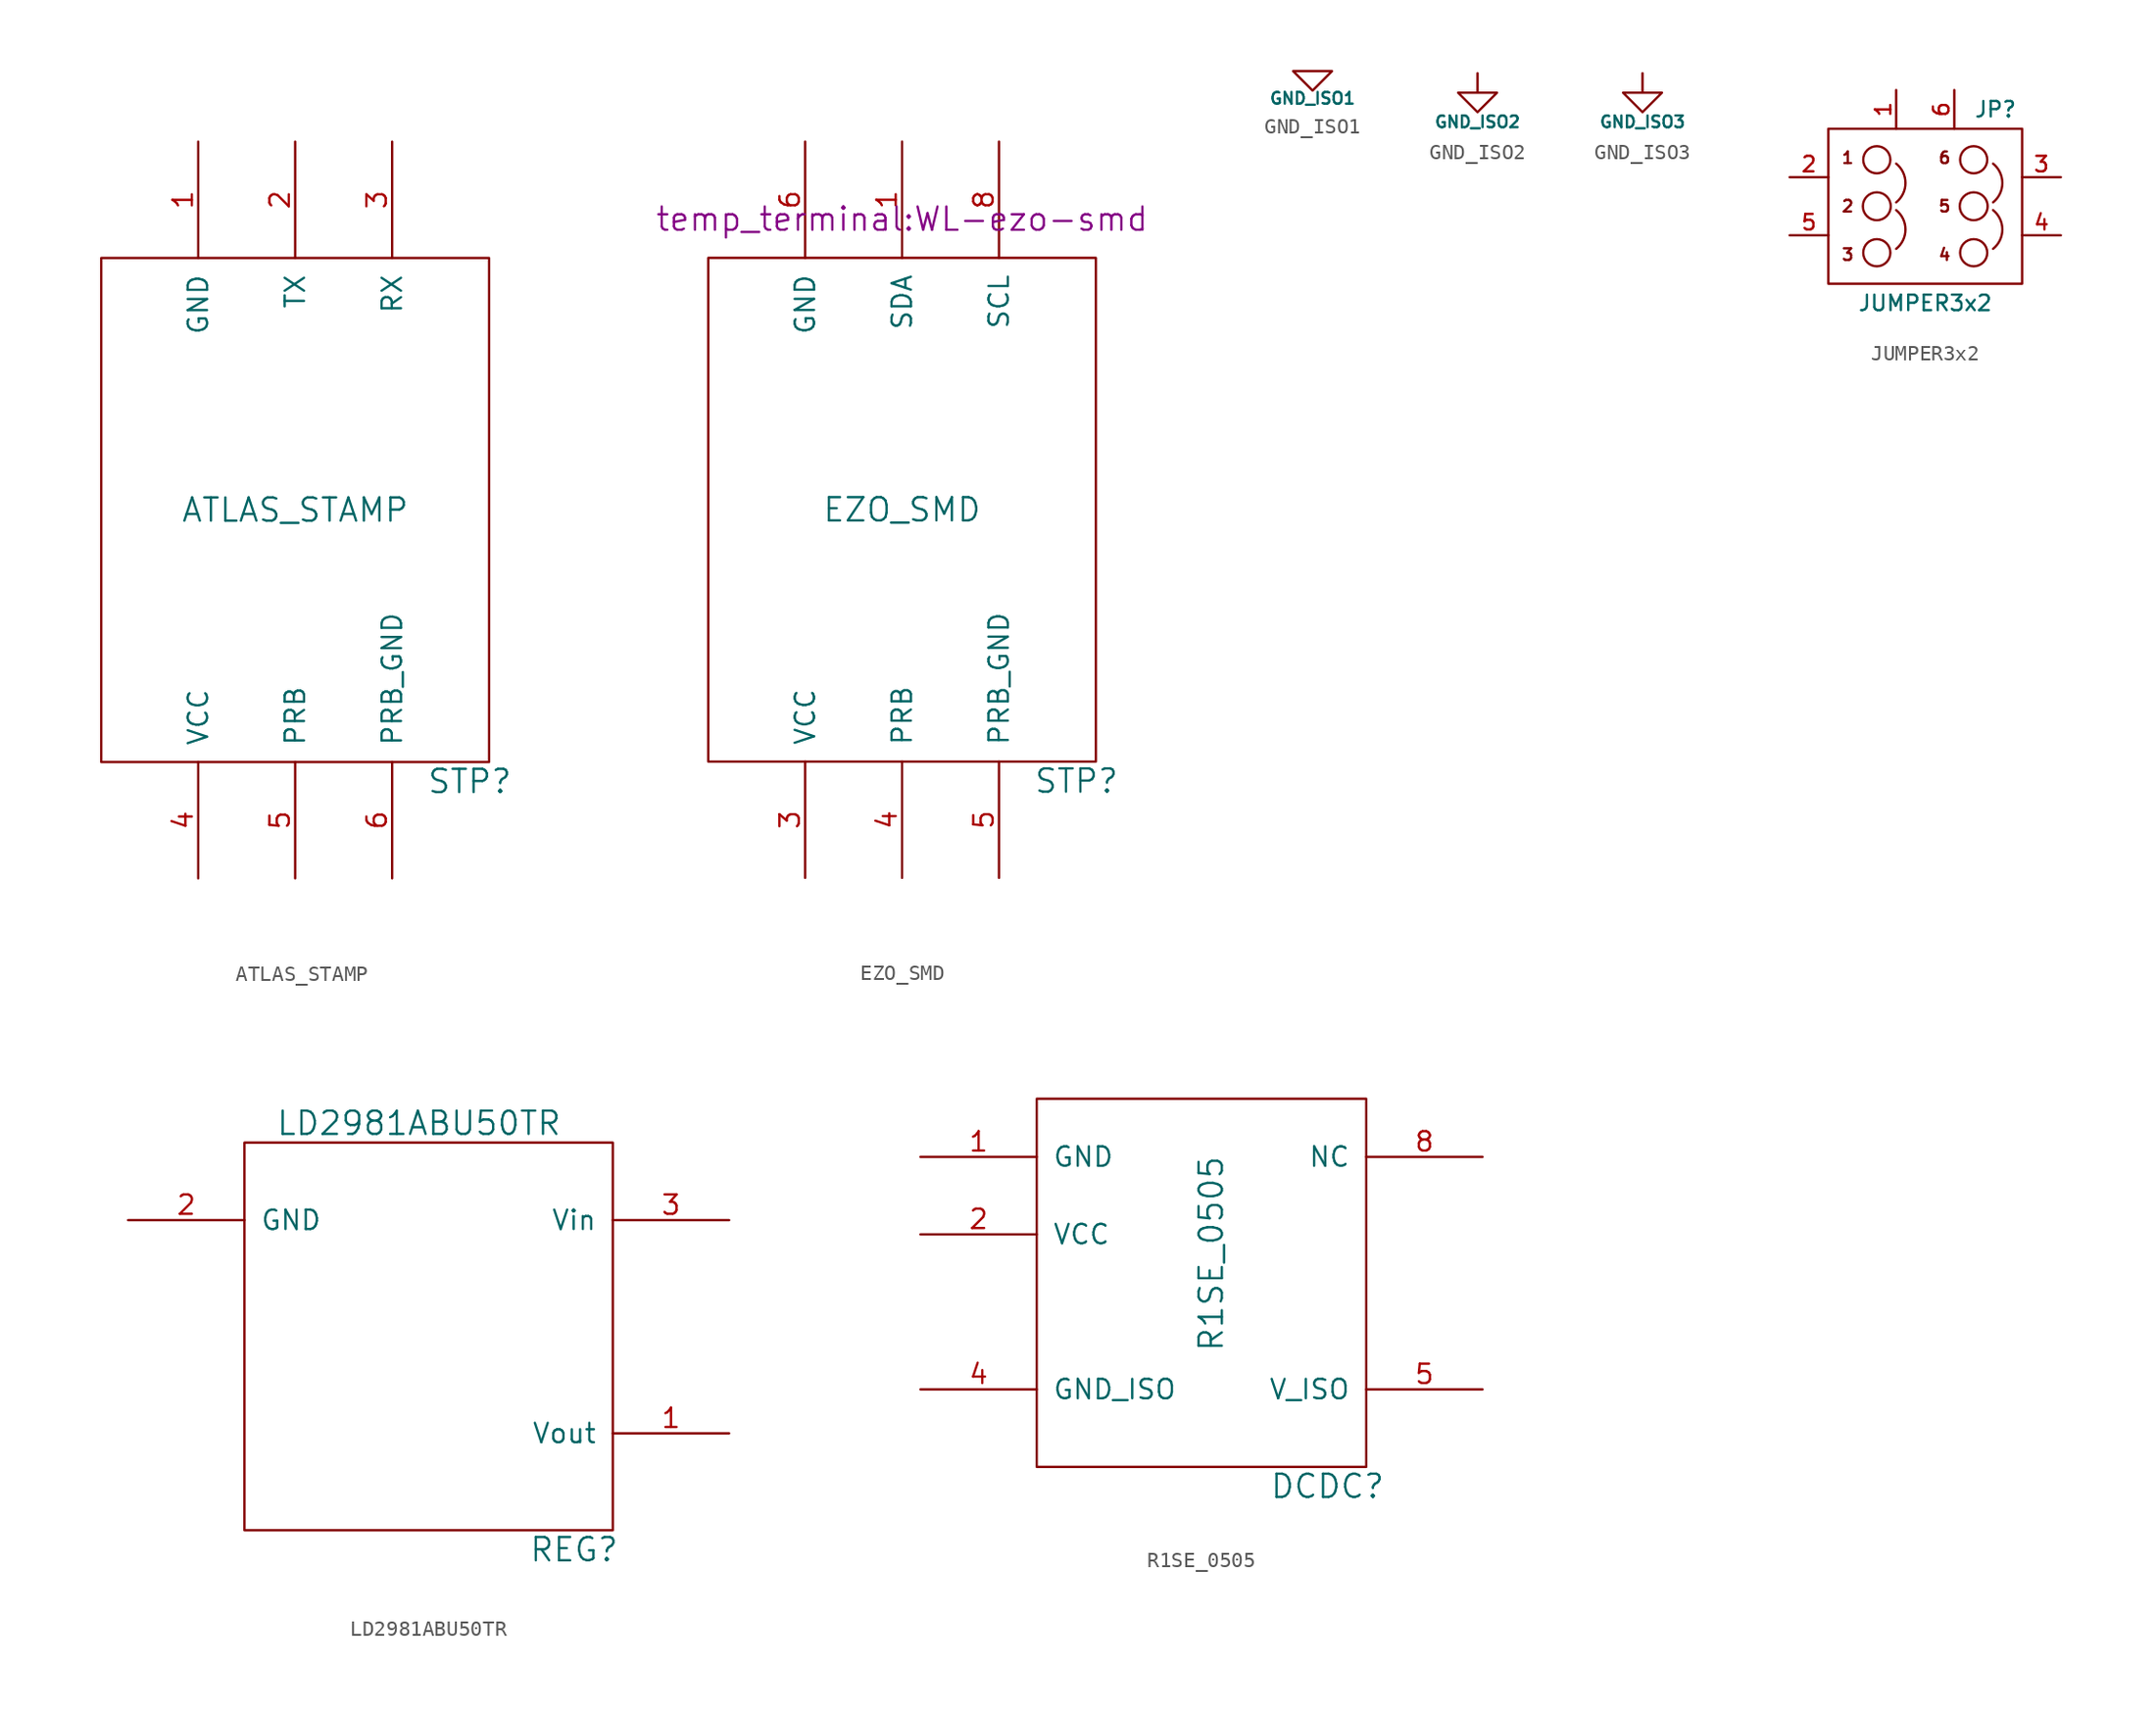
<source format=kicad_sym>
(kicad_symbol_lib
  (version 20211014)
  (generator kicad_symbol_editor)
  (symbol "ATLAS_STAMP"
    (pin_names
      (offset 1.016))
    (property "Reference" "STP"
      (at 11.43 -11.43 0)
      (effects (font (size 1.524 1.524))))
    (property "Value" "ATLAS_STAMP"
      (at 0 6.35 0)
      (effects (font (size 1.524 1.524))))
    (property "Footprint" ""
      (at 0 25.4 0)
      (effects (font (size 1.524 1.524))))
    (property "Datasheet" ""
      (at 0 25.4 0)
      (effects (font (size 1.524 1.524))))
    (symbol "ATLAS_STAMP_0_1"
      (rectangle (start -12.7 22.86) (end 12.7 -10.16) (stroke (width 0) (type default) (color 0 0 0 0)) (fill (type none))))
    (symbol "ATLAS_STAMP_1_1"
      (pin input line (at -6.35 30.48 270) (length 7.62) (name "GND" (effects (font (size 1.27 1.27)))) (number "1" (effects (font (size 1.27 1.27)))))
      (pin input line (at 0 30.48 270) (length 7.62) (name "TX" (effects (font (size 1.27 1.27)))) (number "2" (effects (font (size 1.27 1.27)))))
      (pin input line (at 6.35 30.48 270) (length 7.62) (name "RX" (effects (font (size 1.27 1.27)))) (number "3" (effects (font (size 1.27 1.27)))))
      (pin input line (at -6.35 -17.78 90) (length 7.62) (name "VCC" (effects (font (size 1.27 1.27)))) (number "4" (effects (font (size 1.27 1.27)))))
      (pin input line (at 0 -17.78 90) (length 7.62) (name "PRB" (effects (font (size 1.27 1.27)))) (number "5" (effects (font (size 1.27 1.27)))))
      (pin input line (at 6.35 -17.78 90) (length 7.62) (name "PRB_GND" (effects (font (size 1.27 1.27)))) (number "6" (effects (font (size 1.27 1.27)))))))
  (symbol "EZO_SMD"
    (pin_names
      (offset 1.016))
    (property "Reference" "STP"
      (at 11.43 -11.43 0)
      (effects (font (size 1.524 1.524))))
    (property "Value" "EZO_SMD"
      (at 0 6.35 0)
      (effects (font (size 1.524 1.524))))
    (property "Footprint" "temp_terminal:WL-ezo-smd"
      (at 0 25.4 0)
      (effects (font (size 1.524 1.524))))
    (property "Datasheet" ""
      (at 0 25.4 0)
      (effects (font (size 1.524 1.524))))
    (symbol "EZO_SMD_0_1"
      (rectangle (start -12.7 22.86) (end 12.7 -10.16) (stroke (width 0) (type default) (color 0 0 0 0)) (fill (type none))))
    (symbol "EZO_SMD_1_1"
      (pin input line (at 0 30.48 270) (length 7.62) (name "SDA" (effects (font (size 1.27 1.27)))) (number "1" (effects (font (size 1.27 1.27)))))
      (pin input line (at -6.35 -17.78 90) (length 7.62) (name "VCC" (effects (font (size 1.27 1.27)))) (number "3" (effects (font (size 1.27 1.27)))))
      (pin input line (at 0 -17.78 90) (length 7.62) (name "PRB" (effects (font (size 1.27 1.27)))) (number "4" (effects (font (size 1.27 1.27)))))
      (pin input line (at 6.35 -17.78 90) (length 7.62) (name "PRB_GND" (effects (font (size 1.27 1.27)))) (number "5" (effects (font (size 1.27 1.27)))))
      (pin input line (at -6.35 30.48 270) (length 7.62) (name "GND" (effects (font (size 1.27 1.27)))) (number "6" (effects (font (size 1.27 1.27)))))
      (pin input line (at 6.35 30.48 270) (length 7.62) (name "SCL" (effects (font (size 1.27 1.27)))) (number "8" (effects (font (size 1.27 1.27)))))))
  (symbol "GND_ISO1"
    (power)
    (pin_names
      (offset 0))
    (property "Reference" "#PWR_ISO1"
      (at 0 0 0)
      (effects (font (size 0.762 0.762)) hide))
    (property "Value" "GND_ISO1"
      (at 0 -1.778 0)
      (effects (font (size 0.762 0.762))))
    (property "Footprint" ""
      (at 0 0 0)
      (effects (font (size 1.524 1.524))))
    (property "Datasheet" ""
      (at 0 0 0)
      (effects (font (size 1.524 1.524))))
    (symbol "GND_ISO1_0_1"
      (polyline (pts (xy -1.27 0) (xy 0 -1.27) (xy 1.27 0) (xy -1.27 0)) (stroke (width 0) (type default) (color 0 0 0 0)) (fill (type none))))
    (symbol "GND_ISO1_1_1"
      (pin power_in line (at 0 0 90) (length 0) hide (name "GND_ISO1" (effects (font (size 0.762 0.762)))) (number "1" (effects (font (size 0.762 0.762)))))))
  (symbol "GND_ISO2"
    (power)
    (pin_names
      (offset 0))
    (property "Reference" "#PWR"
      (at 0 -6.35 0)
      (effects (font (size 1.27 1.27)) hide))
    (property "Value" "GND_ISO2"
      (at 0 -3.175 0)
      (effects (font (size 0.762 0.762))))
    (property "Footprint" ""
      (at 0 0 0)
      (effects (font (size 1.27 1.27))))
    (property "Datasheet" ""
      (at 0 0 0)
      (effects (font (size 1.27 1.27))))
    (symbol "GND_ISO2_0_1"
      (polyline (pts (xy 0 0) (xy 0 -1.27) (xy 1.27 -1.27) (xy 0 -2.54) (xy -1.27 -1.27) (xy 0 -1.27)) (stroke (width 0) (type default) (color 0 0 0 0)) (fill (type none))))
    (symbol "GND_ISO2_1_1"
      (pin power_in line (at 0 0 270) (length 0) hide (name "GND_ISO2" (effects (font (size 1.27 1.27)))) (number "1" (effects (font (size 1.27 1.27)))))))
  (symbol "GND_ISO3"
    (power)
    (pin_names
      (offset 0))
    (property "Reference" "#PWR"
      (at 0 -6.35 0)
      (effects (font (size 1.27 1.27)) hide))
    (property "Value" "GND_ISO3"
      (at 0 -3.175 0)
      (effects (font (size 0.762 0.762))))
    (property "Footprint" ""
      (at 0 0 0)
      (effects (font (size 1.27 1.27))))
    (property "Datasheet" ""
      (at 0 0 0)
      (effects (font (size 1.27 1.27))))
    (symbol "GND_ISO3_0_1"
      (polyline (pts (xy 0 0) (xy 0 -1.27) (xy 1.27 -1.27) (xy 0 -2.54) (xy -1.27 -1.27) (xy 0 -1.27)) (stroke (width 0) (type default) (color 0 0 0 0)) (fill (type none))))
    (symbol "GND_ISO3_1_1"
      (pin power_in line (at 0 0 270) (length 0) hide (name "GND_ISO3" (effects (font (size 1.27 1.27)))) (number "1" (effects (font (size 1.27 1.27)))))))
  (symbol "JUMPER3x2"
    (pin_names
      (offset 0.762) hide)
    (property "Reference" "JP"
      (at 3.175 6.35 0)
      (effects (font (size 1.016 1.016)) (justify left)))
    (property "Value" "JUMPER3x2"
      (at 0 -6.35 0)
      (effects (font (size 1.016 1.016))))
    (property "Footprint" ""
      (at -3.175 0 90)
      (effects (font (size 1.524 1.524))))
    (property "Datasheet" ""
      (at -3.175 0 90)
      (effects (font (size 1.524 1.524))))
    (symbol "JUMPER3x2_0_0"
      (rectangle (start 6.35 -5.08) (end -6.35 5.08) (stroke (width 0) (type default) (color 0 0 0 0)) (fill (type none)))
      (text "1" (at -5.08 3.175 0) (effects (font (size 0.762 0.762))))
      (text "2" (at -5.08 0 0) (effects (font (size 0.762 0.762))))
      (text "3" (at -5.08 -3.175 0) (effects (font (size 0.762 0.762))))
      (text "4" (at 1.27 -3.175 0) (effects (font (size 0.762 0.762))))
      (text "5" (at 1.27 0 0) (effects (font (size 0.762 0.762))))
      (text "6" (at 1.27 3.175 0) (effects (font (size 0.762 0.762)))))
    (symbol "JUMPER3x2_0_1"
      (circle (center -3.175 -3.048) (radius 0.889) (stroke (width 0) (type default) (color 0 0 0 0)) (fill (type none)))
      (circle (center -3.175 0) (radius 0.914) (stroke (width 0) (type default) (color 0 0 0 0)) (fill (type none)))
      (circle (center -3.175 3.048) (radius 0.889) (stroke (width 0) (type default) (color 0 0 0 0)) (fill (type none)))
      (arc (start -1.905 -2.794) (mid -1.2946 -1.524) (end -1.905 -0.254) (stroke (width 0) (type default) (color 0 0 0 0)) (fill (type none)))
      (arc (start -1.905 0.254) (mid -1.2946 1.524) (end -1.905 2.794) (stroke (width 0) (type default) (color 0 0 0 0)) (fill (type none)))
      (circle (center 3.175 -3.048) (radius 0.889) (stroke (width 0) (type default) (color 0 0 0 0)) (fill (type none)))
      (circle (center 3.175 0) (radius 0.914) (stroke (width 0) (type default) (color 0 0 0 0)) (fill (type none)))
      (circle (center 3.175 3.048) (radius 0.889) (stroke (width 0) (type default) (color 0 0 0 0)) (fill (type none)))
      (arc (start 4.445 -2.794) (mid 5.0554 -1.524) (end 4.445 -0.254) (stroke (width 0) (type default) (color 0 0 0 0)) (fill (type none)))
      (arc (start 4.445 0.254) (mid 5.0554 1.524) (end 4.445 2.794) (stroke (width 0) (type default) (color 0 0 0 0)) (fill (type none)))
      (pin passive line (at -1.905 7.62 270) (length 2.54) (name "1" (effects (font (size 1.016 1.016)))) (number "1" (effects (font (size 1.016 1.016)))))
      (pin passive line (at -8.89 1.905 0) (length 2.54) (name "2" (effects (font (size 1.016 1.016)))) (number "2" (effects (font (size 1.016 1.016)))))
      (pin passive line (at 8.89 1.905 180) (length 2.54) (name "3" (effects (font (size 1.016 1.016)))) (number "3" (effects (font (size 1.016 1.016)))))
      (pin passive line (at 8.89 -1.905 180) (length 2.54) (name "4" (effects (font (size 1.016 1.016)))) (number "4" (effects (font (size 1.016 1.016)))))
      (pin passive line (at -8.89 -1.905 0) (length 2.54) (name "5" (effects (font (size 1.016 1.016)))) (number "5" (effects (font (size 1.016 1.016)))))
      (pin passive line (at 1.905 7.62 270) (length 2.54) (name "6" (effects (font (size 1.016 1.016)))) (number "6" (effects (font (size 1.016 1.016)))))))
  (symbol "LD2981ABU50TR"
    (pin_names
      (offset 1.016))
    (property "Reference" "REG"
      (at 8.89 -13.97 0)
      (effects (font (size 1.524 1.524))))
    (property "Value" "LD2981ABU50TR"
      (at -1.27 13.97 0)
      (effects (font (size 1.524 1.524))))
    (property "Footprint" ""
      (at 0 0 0)
      (effects (font (size 1.524 1.524))))
    (property "Datasheet" ""
      (at 0 0 0)
      (effects (font (size 1.524 1.524))))
    (symbol "LD2981ABU50TR_0_1"
      (rectangle (start 11.43 12.7) (end -12.7 -12.7) (stroke (width 0) (type default) (color 0 0 0 0)) (fill (type none))))
    (symbol "LD2981ABU50TR_1_1"
      (pin power_out line (at 19.05 -6.35 180) (length 7.62) (name "Vout" (effects (font (size 1.27 1.27)))) (number "1" (effects (font (size 1.27 1.27)))))
      (pin input line (at -20.32 7.62 0) (length 7.62) (name "GND" (effects (font (size 1.27 1.27)))) (number "2" (effects (font (size 1.27 1.27)))))
      (pin input line (at 19.05 7.62 180) (length 7.62) (name "Vin" (effects (font (size 1.27 1.27)))) (number "3" (effects (font (size 1.27 1.27)))))))
  (symbol "R1SE_0505"
    (pin_names
      (offset 1.016))
    (property "Reference" "DCDC"
      (at 7.62 -12.7 0)
      (effects (font (size 1.524 1.524))))
    (property "Value" "R1SE_0505"
      (at 0 2.54 90)
      (effects (font (size 1.524 1.524))))
    (property "Footprint" ""
      (at -3.81 -8.89 0)
      (effects (font (size 1.524 1.524))))
    (property "Datasheet" ""
      (at -3.81 -8.89 0)
      (effects (font (size 1.524 1.524))))
    (symbol "R1SE_0505_0_1"
      (rectangle (start -11.43 12.7) (end 10.16 -11.43) (stroke (width 0) (type default) (color 0 0 0 0)) (fill (type none))))
    (symbol "R1SE_0505_1_1"
      (pin input line (at -19.05 8.89 0) (length 7.62) (name "GND" (effects (font (size 1.27 1.27)))) (number "1" (effects (font (size 1.27 1.27)))))
      (pin input line (at -19.05 3.81 0) (length 7.62) (name "VCC" (effects (font (size 1.27 1.27)))) (number "2" (effects (font (size 1.27 1.27)))))
      (pin power_out line (at -19.05 -6.35 0) (length 7.62) (name "GND_ISO" (effects (font (size 1.27 1.27)))) (number "4" (effects (font (size 1.27 1.27)))))
      (pin input line (at 17.78 -6.35 180) (length 7.62) (name "V_ISO" (effects (font (size 1.27 1.27)))) (number "5" (effects (font (size 1.27 1.27)))))
      (pin input line (at 17.78 8.89 180) (length 7.62) (name "NC" (effects (font (size 1.27 1.27)))) (number "8" (effects (font (size 1.27 1.27))))))))
</source>
